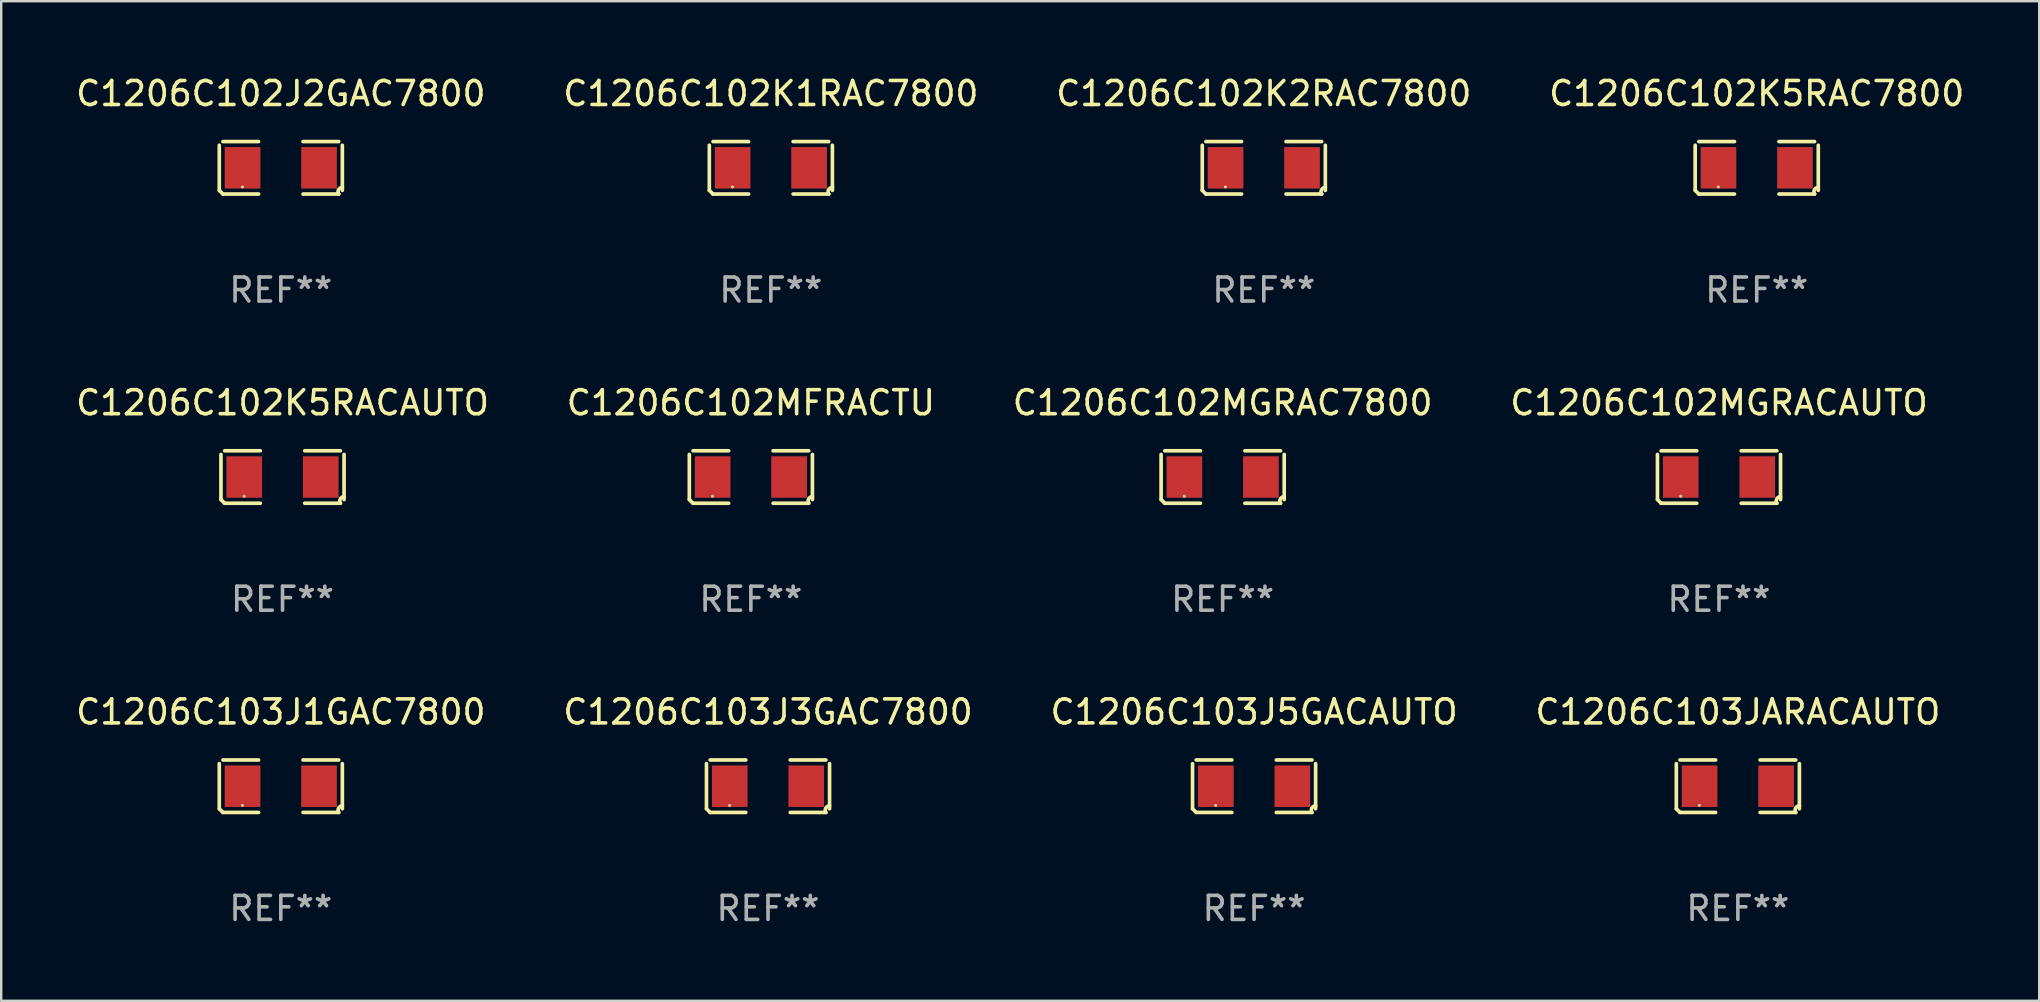
<source format=kicad_pcb>
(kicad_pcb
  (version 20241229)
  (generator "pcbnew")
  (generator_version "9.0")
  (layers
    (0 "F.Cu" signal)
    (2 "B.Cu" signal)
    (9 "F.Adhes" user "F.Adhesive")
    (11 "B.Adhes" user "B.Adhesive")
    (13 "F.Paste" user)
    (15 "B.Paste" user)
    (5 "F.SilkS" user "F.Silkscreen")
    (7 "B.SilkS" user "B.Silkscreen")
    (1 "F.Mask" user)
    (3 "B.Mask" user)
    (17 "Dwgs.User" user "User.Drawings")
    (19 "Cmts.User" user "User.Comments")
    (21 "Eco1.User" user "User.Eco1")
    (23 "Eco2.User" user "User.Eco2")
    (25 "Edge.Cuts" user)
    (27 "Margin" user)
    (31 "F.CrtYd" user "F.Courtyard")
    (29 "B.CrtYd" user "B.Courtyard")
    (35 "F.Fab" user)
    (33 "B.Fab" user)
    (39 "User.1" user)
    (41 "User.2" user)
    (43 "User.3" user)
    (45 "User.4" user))
  (footprint "C1206C103J1GAC7800"
    (layer "F.Cu")
    (at 8.649 29.704)
    (property "Reference" "C1206C103J1GAC7800" (at 0 -3.093 0) (layer "F.SilkS") (effects (font (size 1 1) (thickness 0.15))))
    (attr through_hole)
    (fp_line (start -2.564 0.94) (end -2.564 -0.94) (stroke (width 0.152) (type solid)) (layer "F.SilkS"))
    (fp_line (start -2.411 -1.093) (end -0.926 -1.093) (stroke (width 0.152) (type solid)) (layer "F.SilkS"))
    (fp_line (start -0.926 1.093) (end -2.411 1.093) (stroke (width 0.152) (type solid)) (layer "F.SilkS"))
    (fp_line (start 0.926 1.093) (end 2.411 1.093) (stroke (width 0.152) (type solid)) (layer "F.SilkS"))
    (fp_line (start 2.411 -1.093) (end 0.926 -1.093) (stroke (width 0.152) (type solid)) (layer "F.SilkS"))
    (fp_line (start 2.564 0.94) (end 2.564 -0.94) (stroke (width 0.152) (type solid)) (layer "F.SilkS"))
    (fp_arc (start -2.411201 1.092609) (mid -2.487413 1.01642) (end -2.563602 0.940208) (stroke (width 0.1524) (type solid)) (layer "F.SilkS"))
    (fp_arc (start 2.411201 1.092609) (mid 2.407159 0.911226) (end 2.563602 0.819347) (stroke (width 0.1524) (type solid)) (layer "F.SilkS"))
    (fp_circle (center -1.6 0.8) (end -1.57 0.8) (stroke (width 0.06) (type solid)) (fill no) (layer "F.SilkS"))
    (fp_text user "REF**" (at 0 5.093 0) (layer "F.Fab") (effects (font (size 1 1) (thickness 0.15))))
    (pad "1" smd rect (at -1.593 0) (size 1.485 1.728) (layers "F.Cu" "F.Mask" "F.Paste"))
    (pad "2" smd rect (at 1.593 0) (size 1.485 1.728) (layers "F.Cu" "F.Mask" "F.Paste")))
  (footprint "C1206C102K5RACAUTO"
    (layer "F.Cu")
    (at 8.72 16.823)
    (property "Reference" "C1206C102K5RACAUTO" (at 0 -3.093 0) (layer "F.SilkS") (effects (font (size 1 1) (thickness 0.15))))
    (attr through_hole)
    (fp_line (start -2.564 0.94) (end -2.564 -0.94) (stroke (width 0.152) (type solid)) (layer "F.SilkS"))
    (fp_line (start -2.411 -1.093) (end -0.926 -1.093) (stroke (width 0.152) (type solid)) (layer "F.SilkS"))
    (fp_line (start -0.926 1.093) (end -2.411 1.093) (stroke (width 0.152) (type solid)) (layer "F.SilkS"))
    (fp_line (start 0.926 1.093) (end 2.411 1.093) (stroke (width 0.152) (type solid)) (layer "F.SilkS"))
    (fp_line (start 2.411 -1.093) (end 0.926 -1.093) (stroke (width 0.152) (type solid)) (layer "F.SilkS"))
    (fp_line (start 2.564 0.94) (end 2.564 -0.94) (stroke (width 0.152) (type solid)) (layer "F.SilkS"))
    (fp_arc (start -2.411201 1.092609) (mid -2.487413 1.01642) (end -2.563602 0.940208) (stroke (width 0.1524) (type solid)) (layer "F.SilkS"))
    (fp_arc (start 2.411201 1.092609) (mid 2.407159 0.911226) (end 2.563602 0.819347) (stroke (width 0.1524) (type solid)) (layer "F.SilkS"))
    (fp_circle (center -1.6 0.8) (end -1.57 0.8) (stroke (width 0.06) (type solid)) (fill no) (layer "F.SilkS"))
    (fp_text user "REF**" (at 0 5.093 0) (layer "F.Fab") (effects (font (size 1 1) (thickness 0.15))))
    (pad "1" smd rect (at -1.593 0) (size 1.485 1.728) (layers "F.Cu" "F.Mask" "F.Paste"))
    (pad "2" smd rect (at 1.593 0) (size 1.485 1.728) (layers "F.Cu" "F.Mask" "F.Paste")))
  (footprint "C1206C102K2RAC7800"
    (layer "F.Cu")
    (at 49.601 3.941)
    (property "Reference" "C1206C102K2RAC7800" (at 0 -3.093 0) (layer "F.SilkS") (effects (font (size 1 1) (thickness 0.15))))
    (attr through_hole)
    (fp_line (start -2.564 0.94) (end -2.564 -0.94) (stroke (width 0.152) (type solid)) (layer "F.SilkS"))
    (fp_line (start -2.411 -1.093) (end -0.926 -1.093) (stroke (width 0.152) (type solid)) (layer "F.SilkS"))
    (fp_line (start -0.926 1.093) (end -2.411 1.093) (stroke (width 0.152) (type solid)) (layer "F.SilkS"))
    (fp_line (start 0.926 1.093) (end 2.411 1.093) (stroke (width 0.152) (type solid)) (layer "F.SilkS"))
    (fp_line (start 2.411 -1.093) (end 0.926 -1.093) (stroke (width 0.152) (type solid)) (layer "F.SilkS"))
    (fp_line (start 2.564 0.94) (end 2.564 -0.94) (stroke (width 0.152) (type solid)) (layer "F.SilkS"))
    (fp_arc (start -2.411201 1.092609) (mid -2.487413 1.01642) (end -2.563602 0.940208) (stroke (width 0.1524) (type solid)) (layer "F.SilkS"))
    (fp_arc (start 2.411201 1.092609) (mid 2.407159 0.911226) (end 2.563602 0.819347) (stroke (width 0.1524) (type solid)) (layer "F.SilkS"))
    (fp_circle (center -1.6 0.8) (end -1.57 0.8) (stroke (width 0.06) (type solid)) (fill no) (layer "F.SilkS"))
    (fp_text user "REF**" (at 0 5.093 0) (layer "F.Fab") (effects (font (size 1 1) (thickness 0.15))))
    (pad "1" smd rect (at -1.593 0) (size 1.485 1.728) (layers "F.Cu" "F.Mask" "F.Paste"))
    (pad "2" smd rect (at 1.593 0) (size 1.485 1.728) (layers "F.Cu" "F.Mask" "F.Paste")))
  (footprint "C1206C102J2GAC7800"
    (layer "F.Cu")
    (at 8.649 3.941)
    (property "Reference" "C1206C102J2GAC7800" (at 0 -3.093 0) (layer "F.SilkS") (effects (font (size 1 1) (thickness 0.15))))
    (attr through_hole)
    (fp_line (start -2.564 0.94) (end -2.564 -0.94) (stroke (width 0.152) (type solid)) (layer "F.SilkS"))
    (fp_line (start -2.411 -1.093) (end -0.926 -1.093) (stroke (width 0.152) (type solid)) (layer "F.SilkS"))
    (fp_line (start -0.926 1.093) (end -2.411 1.093) (stroke (width 0.152) (type solid)) (layer "F.SilkS"))
    (fp_line (start 0.926 1.093) (end 2.411 1.093) (stroke (width 0.152) (type solid)) (layer "F.SilkS"))
    (fp_line (start 2.411 -1.093) (end 0.926 -1.093) (stroke (width 0.152) (type solid)) (layer "F.SilkS"))
    (fp_line (start 2.564 0.94) (end 2.564 -0.94) (stroke (width 0.152) (type solid)) (layer "F.SilkS"))
    (fp_arc (start -2.411201 1.092609) (mid -2.487413 1.01642) (end -2.563602 0.940208) (stroke (width 0.1524) (type solid)) (layer "F.SilkS"))
    (fp_arc (start 2.411201 1.092609) (mid 2.407159 0.911226) (end 2.563602 0.819347) (stroke (width 0.1524) (type solid)) (layer "F.SilkS"))
    (fp_circle (center -1.6 0.8) (end -1.57 0.8) (stroke (width 0.06) (type solid)) (fill no) (layer "F.SilkS"))
    (fp_text user "REF**" (at 0 5.093 0) (layer "F.Fab") (effects (font (size 1 1) (thickness 0.15))))
    (pad "1" smd rect (at -1.593 0) (size 1.485 1.728) (layers "F.Cu" "F.Mask" "F.Paste"))
    (pad "2" smd rect (at 1.593 0) (size 1.485 1.728) (layers "F.Cu" "F.Mask" "F.Paste")))
  (footprint "C1206C102MGRACAUTO"
    (layer "F.Cu")
    (at 68.565 16.823)
    (property "Reference" "C1206C102MGRACAUTO" (at 0 -3.093 0) (layer "F.SilkS") (effects (font (size 1 1) (thickness 0.15))))
    (attr through_hole)
    (fp_line (start -2.564 0.94) (end -2.564 -0.94) (stroke (width 0.152) (type solid)) (layer "F.SilkS"))
    (fp_line (start -2.411 -1.093) (end -0.926 -1.093) (stroke (width 0.152) (type solid)) (layer "F.SilkS"))
    (fp_line (start -0.926 1.093) (end -2.411 1.093) (stroke (width 0.152) (type solid)) (layer "F.SilkS"))
    (fp_line (start 0.926 1.093) (end 2.411 1.093) (stroke (width 0.152) (type solid)) (layer "F.SilkS"))
    (fp_line (start 2.411 -1.093) (end 0.926 -1.093) (stroke (width 0.152) (type solid)) (layer "F.SilkS"))
    (fp_line (start 2.564 0.94) (end 2.564 -0.94) (stroke (width 0.152) (type solid)) (layer "F.SilkS"))
    (fp_arc (start -2.411201 1.092609) (mid -2.487413 1.01642) (end -2.563602 0.940208) (stroke (width 0.1524) (type solid)) (layer "F.SilkS"))
    (fp_arc (start 2.411201 1.092609) (mid 2.407159 0.911226) (end 2.563602 0.819347) (stroke (width 0.1524) (type solid)) (layer "F.SilkS"))
    (fp_circle (center -1.6 0.8) (end -1.57 0.8) (stroke (width 0.06) (type solid)) (fill no) (layer "F.SilkS"))
    (fp_text user "REF**" (at 0 5.093 0) (layer "F.Fab") (effects (font (size 1 1) (thickness 0.15))))
    (pad "1" smd rect (at -1.593 0) (size 1.485 1.728) (layers "F.Cu" "F.Mask" "F.Paste"))
    (pad "2" smd rect (at 1.593 0) (size 1.485 1.728) (layers "F.Cu" "F.Mask" "F.Paste")))
  (footprint "C1206C103J5GACAUTO"
    (layer "F.Cu")
    (at 49.196 29.704)
    (property "Reference" "C1206C103J5GACAUTO" (at 0 -3.093 0) (layer "F.SilkS") (effects (font (size 1 1) (thickness 0.15))))
    (attr through_hole)
    (fp_line (start -2.564 0.94) (end -2.564 -0.94) (stroke (width 0.152) (type solid)) (layer "F.SilkS"))
    (fp_line (start -2.411 -1.093) (end -0.926 -1.093) (stroke (width 0.152) (type solid)) (layer "F.SilkS"))
    (fp_line (start -0.926 1.093) (end -2.411 1.093) (stroke (width 0.152) (type solid)) (layer "F.SilkS"))
    (fp_line (start 0.926 1.093) (end 2.411 1.093) (stroke (width 0.152) (type solid)) (layer "F.SilkS"))
    (fp_line (start 2.411 -1.093) (end 0.926 -1.093) (stroke (width 0.152) (type solid)) (layer "F.SilkS"))
    (fp_line (start 2.564 0.94) (end 2.564 -0.94) (stroke (width 0.152) (type solid)) (layer "F.SilkS"))
    (fp_arc (start -2.411201 1.092609) (mid -2.487413 1.01642) (end -2.563602 0.940208) (stroke (width 0.1524) (type solid)) (layer "F.SilkS"))
    (fp_arc (start 2.411201 1.092609) (mid 2.407159 0.911226) (end 2.563602 0.819347) (stroke (width 0.1524) (type solid)) (layer "F.SilkS"))
    (fp_circle (center -1.6 0.8) (end -1.57 0.8) (stroke (width 0.06) (type solid)) (fill no) (layer "F.SilkS"))
    (fp_text user "REF**" (at 0 5.093 0) (layer "F.Fab") (effects (font (size 1 1) (thickness 0.15))))
    (pad "1" smd rect (at -1.593 0) (size 1.485 1.728) (layers "F.Cu" "F.Mask" "F.Paste"))
    (pad "2" smd rect (at 1.593 0) (size 1.485 1.728) (layers "F.Cu" "F.Mask" "F.Paste")))
  (footprint "C1206C103J3GAC7800"
    (layer "F.Cu")
    (at 28.946 29.704)
    (property "Reference" "C1206C103J3GAC7800" (at 0 -3.093 0) (layer "F.SilkS") (effects (font (size 1 1) (thickness 0.15))))
    (attr through_hole)
    (fp_line (start -2.564 0.94) (end -2.564 -0.94) (stroke (width 0.152) (type solid)) (layer "F.SilkS"))
    (fp_line (start -2.411 -1.093) (end -0.926 -1.093) (stroke (width 0.152) (type solid)) (layer "F.SilkS"))
    (fp_line (start -0.926 1.093) (end -2.411 1.093) (stroke (width 0.152) (type solid)) (layer "F.SilkS"))
    (fp_line (start 0.926 1.093) (end 2.411 1.093) (stroke (width 0.152) (type solid)) (layer "F.SilkS"))
    (fp_line (start 2.411 -1.093) (end 0.926 -1.093) (stroke (width 0.152) (type solid)) (layer "F.SilkS"))
    (fp_line (start 2.564 0.94) (end 2.564 -0.94) (stroke (width 0.152) (type solid)) (layer "F.SilkS"))
    (fp_arc (start -2.411201 1.092609) (mid -2.487413 1.01642) (end -2.563602 0.940208) (stroke (width 0.1524) (type solid)) (layer "F.SilkS"))
    (fp_arc (start 2.411201 1.092609) (mid 2.407159 0.911226) (end 2.563602 0.819347) (stroke (width 0.1524) (type solid)) (layer "F.SilkS"))
    (fp_circle (center -1.6 0.8) (end -1.57 0.8) (stroke (width 0.06) (type solid)) (fill no) (layer "F.SilkS"))
    (fp_text user "REF**" (at 0 5.093 0) (layer "F.Fab") (effects (font (size 1 1) (thickness 0.15))))
    (pad "1" smd rect (at -1.593 0) (size 1.485 1.728) (layers "F.Cu" "F.Mask" "F.Paste"))
    (pad "2" smd rect (at 1.593 0) (size 1.485 1.728) (layers "F.Cu" "F.Mask" "F.Paste")))
  (footprint "C1206C103JARACAUTO"
    (layer "F.Cu")
    (at 69.351 29.704)
    (property "Reference" "C1206C103JARACAUTO" (at 0 -3.093 0) (layer "F.SilkS") (effects (font (size 1 1) (thickness 0.15))))
    (attr through_hole)
    (fp_line (start -2.564 0.94) (end -2.564 -0.94) (stroke (width 0.152) (type solid)) (layer "F.SilkS"))
    (fp_line (start -2.411 -1.093) (end -0.926 -1.093) (stroke (width 0.152) (type solid)) (layer "F.SilkS"))
    (fp_line (start -0.926 1.093) (end -2.411 1.093) (stroke (width 0.152) (type solid)) (layer "F.SilkS"))
    (fp_line (start 0.926 1.093) (end 2.411 1.093) (stroke (width 0.152) (type solid)) (layer "F.SilkS"))
    (fp_line (start 2.411 -1.093) (end 0.926 -1.093) (stroke (width 0.152) (type solid)) (layer "F.SilkS"))
    (fp_line (start 2.564 0.94) (end 2.564 -0.94) (stroke (width 0.152) (type solid)) (layer "F.SilkS"))
    (fp_arc (start -2.411201 1.092609) (mid -2.487413 1.01642) (end -2.563602 0.940208) (stroke (width 0.1524) (type solid)) (layer "F.SilkS"))
    (fp_arc (start 2.411201 1.092609) (mid 2.407159 0.911226) (end 2.563602 0.819347) (stroke (width 0.1524) (type solid)) (layer "F.SilkS"))
    (fp_circle (center -1.6 0.8) (end -1.57 0.8) (stroke (width 0.06) (type solid)) (fill no) (layer "F.SilkS"))
    (fp_text user "REF**" (at 0 5.093 0) (layer "F.Fab") (effects (font (size 1 1) (thickness 0.15))))
    (pad "1" smd rect (at -1.593 0) (size 1.485 1.728) (layers "F.Cu" "F.Mask" "F.Paste"))
    (pad "2" smd rect (at 1.593 0) (size 1.485 1.728) (layers "F.Cu" "F.Mask" "F.Paste")))
  (footprint "C1206C102K1RAC7800"
    (layer "F.Cu")
    (at 29.065 3.941)
    (property "Reference" "C1206C102K1RAC7800" (at 0 -3.093 0) (layer "F.SilkS") (effects (font (size 1 1) (thickness 0.15))))
    (attr through_hole)
    (fp_line (start -2.564 0.94) (end -2.564 -0.94) (stroke (width 0.152) (type solid)) (layer "F.SilkS"))
    (fp_line (start -2.411 -1.093) (end -0.926 -1.093) (stroke (width 0.152) (type solid)) (layer "F.SilkS"))
    (fp_line (start -0.926 1.093) (end -2.411 1.093) (stroke (width 0.152) (type solid)) (layer "F.SilkS"))
    (fp_line (start 0.926 1.093) (end 2.411 1.093) (stroke (width 0.152) (type solid)) (layer "F.SilkS"))
    (fp_line (start 2.411 -1.093) (end 0.926 -1.093) (stroke (width 0.152) (type solid)) (layer "F.SilkS"))
    (fp_line (start 2.564 0.94) (end 2.564 -0.94) (stroke (width 0.152) (type solid)) (layer "F.SilkS"))
    (fp_arc (start -2.411201 1.092609) (mid -2.487413 1.01642) (end -2.563602 0.940208) (stroke (width 0.1524) (type solid)) (layer "F.SilkS"))
    (fp_arc (start 2.411201 1.092609) (mid 2.407159 0.911226) (end 2.563602 0.819347) (stroke (width 0.1524) (type solid)) (layer "F.SilkS"))
    (fp_circle (center -1.6 0.8) (end -1.57 0.8) (stroke (width 0.06) (type solid)) (fill no) (layer "F.SilkS"))
    (fp_text user "REF**" (at 0 5.093 0) (layer "F.Fab") (effects (font (size 1 1) (thickness 0.15))))
    (pad "1" smd rect (at -1.593 0) (size 1.485 1.728) (layers "F.Cu" "F.Mask" "F.Paste"))
    (pad "2" smd rect (at 1.593 0) (size 1.485 1.728) (layers "F.Cu" "F.Mask" "F.Paste")))
  (footprint "C1206C102MGRAC7800"
    (layer "F.Cu")
    (at 47.887 16.823)
    (property "Reference" "C1206C102MGRAC7800" (at 0 -3.093 0) (layer "F.SilkS") (effects (font (size 1 1) (thickness 0.15))))
    (attr through_hole)
    (fp_line (start -2.564 0.94) (end -2.564 -0.94) (stroke (width 0.152) (type solid)) (layer "F.SilkS"))
    (fp_line (start -2.411 -1.093) (end -0.926 -1.093) (stroke (width 0.152) (type solid)) (layer "F.SilkS"))
    (fp_line (start -0.926 1.093) (end -2.411 1.093) (stroke (width 0.152) (type solid)) (layer "F.SilkS"))
    (fp_line (start 0.926 1.093) (end 2.411 1.093) (stroke (width 0.152) (type solid)) (layer "F.SilkS"))
    (fp_line (start 2.411 -1.093) (end 0.926 -1.093) (stroke (width 0.152) (type solid)) (layer "F.SilkS"))
    (fp_line (start 2.564 0.94) (end 2.564 -0.94) (stroke (width 0.152) (type solid)) (layer "F.SilkS"))
    (fp_arc (start -2.411201 1.092609) (mid -2.487413 1.01642) (end -2.563602 0.940208) (stroke (width 0.1524) (type solid)) (layer "F.SilkS"))
    (fp_arc (start 2.411201 1.092609) (mid 2.407159 0.911226) (end 2.563602 0.819347) (stroke (width 0.1524) (type solid)) (layer "F.SilkS"))
    (fp_circle (center -1.6 0.8) (end -1.57 0.8) (stroke (width 0.06) (type solid)) (fill no) (layer "F.SilkS"))
    (fp_text user "REF**" (at 0 5.093 0) (layer "F.Fab") (effects (font (size 1 1) (thickness 0.15))))
    (pad "1" smd rect (at -1.593 0) (size 1.485 1.728) (layers "F.Cu" "F.Mask" "F.Paste"))
    (pad "2" smd rect (at 1.593 0) (size 1.485 1.728) (layers "F.Cu" "F.Mask" "F.Paste")))
  (footprint "C1206C102K5RAC7800"
    (layer "F.Cu")
    (at 70.137 3.941)
    (property "Reference" "C1206C102K5RAC7800" (at 0 -3.093 0) (layer "F.SilkS") (effects (font (size 1 1) (thickness 0.15))))
    (attr through_hole)
    (fp_line (start -2.564 0.94) (end -2.564 -0.94) (stroke (width 0.152) (type solid)) (layer "F.SilkS"))
    (fp_line (start -2.411 -1.093) (end -0.926 -1.093) (stroke (width 0.152) (type solid)) (layer "F.SilkS"))
    (fp_line (start -0.926 1.093) (end -2.411 1.093) (stroke (width 0.152) (type solid)) (layer "F.SilkS"))
    (fp_line (start 0.926 1.093) (end 2.411 1.093) (stroke (width 0.152) (type solid)) (layer "F.SilkS"))
    (fp_line (start 2.411 -1.093) (end 0.926 -1.093) (stroke (width 0.152) (type solid)) (layer "F.SilkS"))
    (fp_line (start 2.564 0.94) (end 2.564 -0.94) (stroke (width 0.152) (type solid)) (layer "F.SilkS"))
    (fp_arc (start -2.411201 1.092609) (mid -2.487413 1.01642) (end -2.563602 0.940208) (stroke (width 0.1524) (type solid)) (layer "F.SilkS"))
    (fp_arc (start 2.411201 1.092609) (mid 2.407159 0.911226) (end 2.563602 0.819347) (stroke (width 0.1524) (type solid)) (layer "F.SilkS"))
    (fp_circle (center -1.6 0.8) (end -1.57 0.8) (stroke (width 0.06) (type solid)) (fill no) (layer "F.SilkS"))
    (fp_text user "REF**" (at 0 5.093 0) (layer "F.Fab") (effects (font (size 1 1) (thickness 0.15))))
    (pad "1" smd rect (at -1.593 0) (size 1.485 1.728) (layers "F.Cu" "F.Mask" "F.Paste"))
    (pad "2" smd rect (at 1.593 0) (size 1.485 1.728) (layers "F.Cu" "F.Mask" "F.Paste")))
  (footprint "C1206C102MFRACTU"
    (layer "F.Cu")
    (at 28.232 16.823)
    (property "Reference" "C1206C102MFRACTU" (at 0 -3.093 0) (layer "F.SilkS") (effects (font (size 1 1) (thickness 0.15))))
    (attr through_hole)
    (fp_line (start -2.564 0.94) (end -2.564 -0.94) (stroke (width 0.152) (type solid)) (layer "F.SilkS"))
    (fp_line (start -2.411 -1.093) (end -0.926 -1.093) (stroke (width 0.152) (type solid)) (layer "F.SilkS"))
    (fp_line (start -0.926 1.093) (end -2.411 1.093) (stroke (width 0.152) (type solid)) (layer "F.SilkS"))
    (fp_line (start 0.926 1.093) (end 2.411 1.093) (stroke (width 0.152) (type solid)) (layer "F.SilkS"))
    (fp_line (start 2.411 -1.093) (end 0.926 -1.093) (stroke (width 0.152) (type solid)) (layer "F.SilkS"))
    (fp_line (start 2.564 0.94) (end 2.564 -0.94) (stroke (width 0.152) (type solid)) (layer "F.SilkS"))
    (fp_arc (start -2.411201 1.092609) (mid -2.487413 1.01642) (end -2.563602 0.940208) (stroke (width 0.1524) (type solid)) (layer "F.SilkS"))
    (fp_arc (start 2.411201 1.092609) (mid 2.407159 0.911226) (end 2.563602 0.819347) (stroke (width 0.1524) (type solid)) (layer "F.SilkS"))
    (fp_circle (center -1.6 0.8) (end -1.57 0.8) (stroke (width 0.06) (type solid)) (fill no) (layer "F.SilkS"))
    (fp_text user "REF**" (at 0 5.093 0) (layer "F.Fab") (effects (font (size 1 1) (thickness 0.15))))
    (pad "1" smd rect (at -1.593 0) (size 1.485 1.728) (layers "F.Cu" "F.Mask" "F.Paste"))
    (pad "2" smd rect (at 1.593 0) (size 1.485 1.728) (layers "F.Cu" "F.Mask" "F.Paste")))
  (gr_rect
    (start -3 -3)
    (end 81.905 38.645)
    (stroke (width 0.1) (type default))
    (fill no)
    (layer "Edge.Cuts")))
</source>
